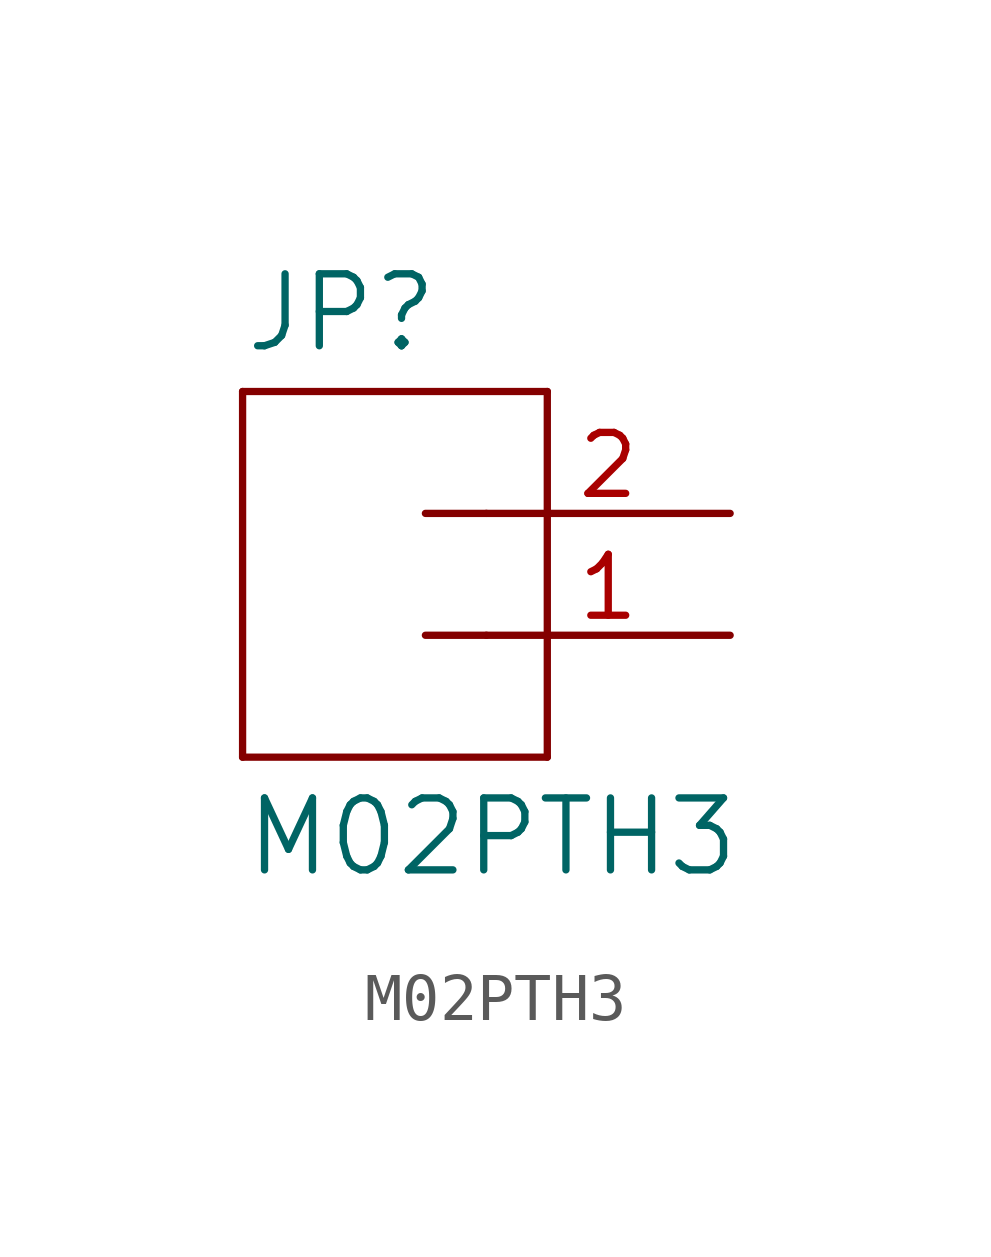
<source format=kicad_sym>
(kicad_symbol_lib
  (version 20211014)
  (generator kicad_symbol_editor)
  (symbol "M02PTH3"
    (pin_names
      (offset 1.016))
    (property "Reference" "JP"
      (at -2.54 5.842 0)
      (effects (font (size 1.499 1.499)) (justify left bottom)))
    (property "Value" "M02PTH3"
      (at -2.54 -5.08 0)
      (effects (font (size 1.499 1.499)) (justify left bottom)))
    (property "ki_locked" ""
      (at 0 0 0)
      (effects (font (size 1.27 1.27))))
    (symbol "M02PTH3_1_0"
      (polyline (pts (xy -2.54 5.08) (xy -2.54 -2.54)) (stroke (width 0) (type default) (color 0 0 0 0)) (fill (type none)))
      (polyline (pts (xy -2.54 5.08) (xy 3.81 5.08)) (stroke (width 0) (type default) (color 0 0 0 0)) (fill (type none)))
      (polyline (pts (xy 1.27 0) (xy 2.54 0)) (stroke (width 0) (type default) (color 0 0 0 0)) (fill (type none)))
      (polyline (pts (xy 1.27 2.54) (xy 2.54 2.54)) (stroke (width 0) (type default) (color 0 0 0 0)) (fill (type none)))
      (polyline (pts (xy 3.81 -2.54) (xy -2.54 -2.54)) (stroke (width 0) (type default) (color 0 0 0 0)) (fill (type none)))
      (polyline (pts (xy 3.81 -2.54) (xy 3.81 5.08)) (stroke (width 0) (type default) (color 0 0 0 0)) (fill (type none)))
      (pin passive line (at 7.62 0 180) (length 5.08) (name "1" (effects (font (size 0 0)))) (number "1" (effects (font (size 1.27 1.27)))))
      (pin passive line (at 7.62 2.54 180) (length 5.08) (name "2" (effects (font (size 0 0)))) (number "2" (effects (font (size 1.27 1.27))))))))
</source>
